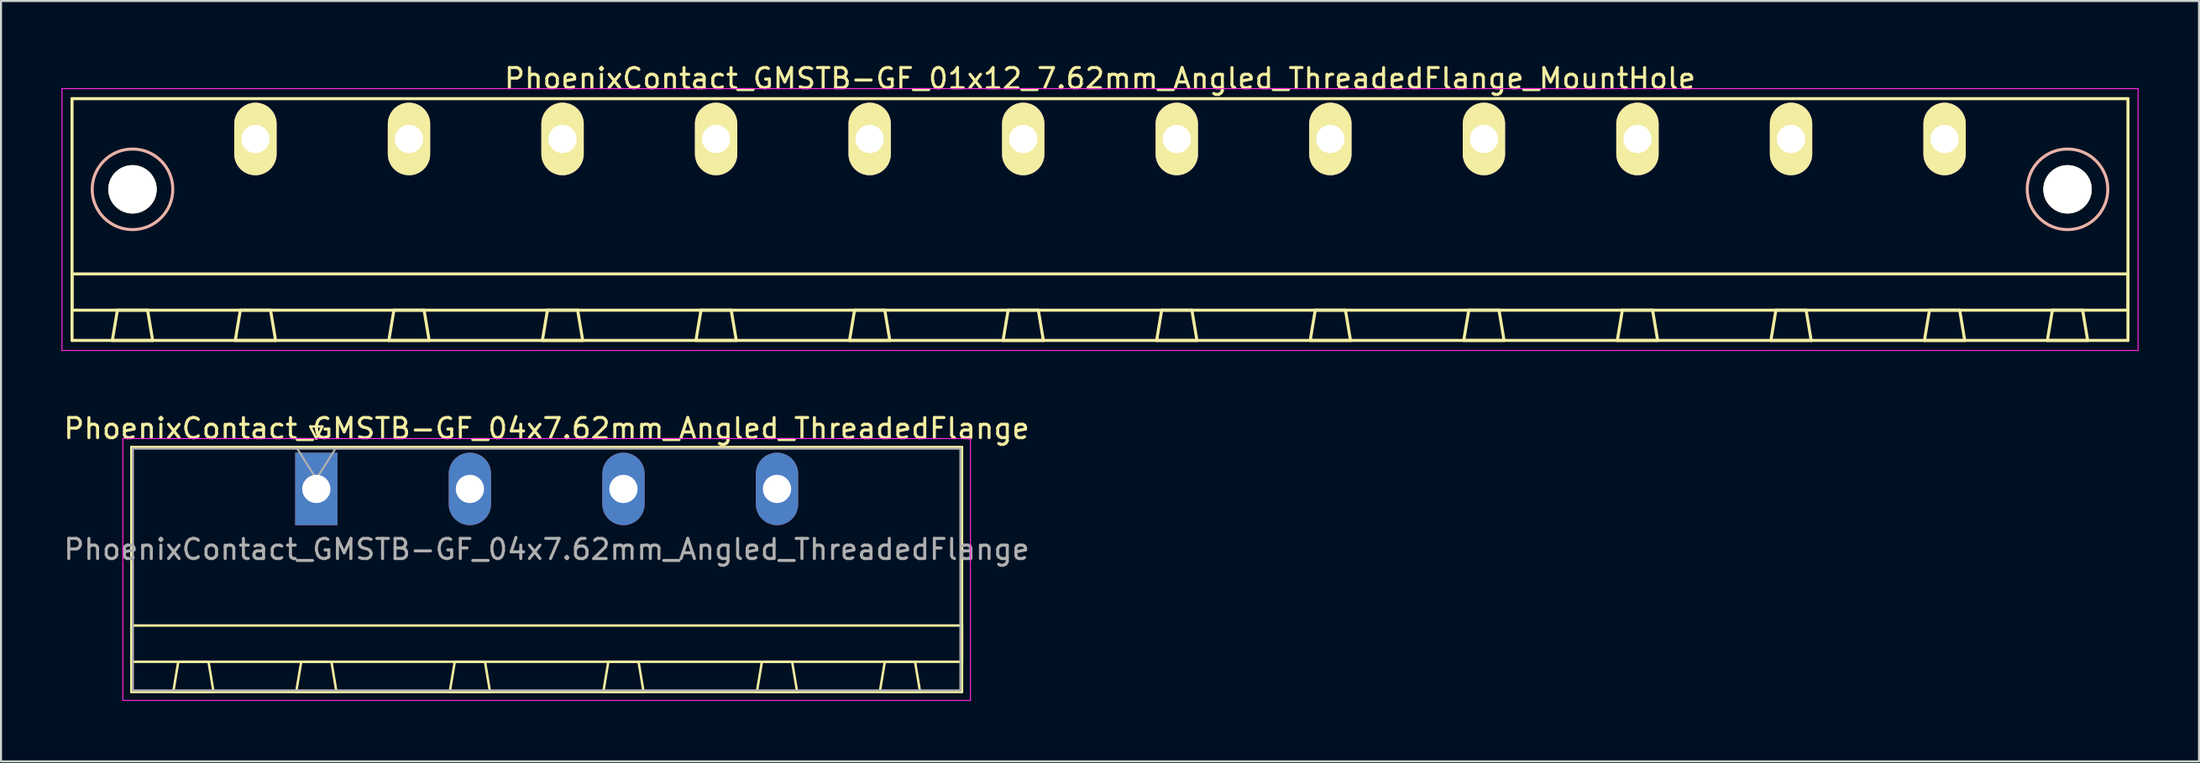
<source format=kicad_pcb>
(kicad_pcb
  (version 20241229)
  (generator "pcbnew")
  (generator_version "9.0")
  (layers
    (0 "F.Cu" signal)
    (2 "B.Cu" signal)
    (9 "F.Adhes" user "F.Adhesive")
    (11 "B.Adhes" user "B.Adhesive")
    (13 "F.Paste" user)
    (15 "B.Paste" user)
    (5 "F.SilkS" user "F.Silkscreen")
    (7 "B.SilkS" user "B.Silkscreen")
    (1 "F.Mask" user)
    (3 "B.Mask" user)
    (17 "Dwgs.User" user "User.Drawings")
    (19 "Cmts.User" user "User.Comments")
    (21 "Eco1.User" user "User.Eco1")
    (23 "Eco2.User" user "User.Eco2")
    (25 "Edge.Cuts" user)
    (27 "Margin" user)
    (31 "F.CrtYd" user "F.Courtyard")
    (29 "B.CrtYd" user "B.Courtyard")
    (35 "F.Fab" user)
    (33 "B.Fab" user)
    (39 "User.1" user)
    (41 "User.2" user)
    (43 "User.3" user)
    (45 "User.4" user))
  (footprint "PhoenixContact_GMSTB-GF_01x12_7.62mm_Angled_ThreadedFlange_MountHole"
    (layer "F.Cu")
    (at 9.625 3.848)
    (property "Reference" "PhoenixContact_GMSTB-GF_01x12_7.62mm_Angled_ThreadedFlange_MountHole" (at 41.91 -3 0) (layer "F.SilkS") (effects (font (size 1 1) (thickness 0.15))))
    (attr through_hole)
    (fp_line (start -9.1 -2) (end -9.1 10) (stroke (width 0.15) (type solid)) (layer "F.SilkS"))
    (fp_line (start -9.1 6.7) (end 92.92 6.7) (stroke (width 0.15) (type solid)) (layer "F.SilkS"))
    (fp_line (start -9.1 8.5) (end -9.1 6.7) (stroke (width 0.15) (type solid)) (layer "F.SilkS"))
    (fp_line (start -9.1 10) (end 92.92 10) (stroke (width 0.15) (type solid)) (layer "F.SilkS"))
    (fp_line (start -7.1 10) (end -5.1 10) (stroke (width 0.15) (type solid)) (layer "F.SilkS"))
    (fp_line (start -6.85 8.5) (end -7.1 10) (stroke (width 0.15) (type solid)) (layer "F.SilkS"))
    (fp_line (start -5.35 8.5) (end -6.85 8.5) (stroke (width 0.15) (type solid)) (layer "F.SilkS"))
    (fp_line (start -5.1 10) (end -5.35 8.5) (stroke (width 0.15) (type solid)) (layer "F.SilkS"))
    (fp_line (start -1 10) (end 1 10) (stroke (width 0.15) (type solid)) (layer "F.SilkS"))
    (fp_line (start -0.75 8.5) (end -1 10) (stroke (width 0.15) (type solid)) (layer "F.SilkS"))
    (fp_line (start 0.75 8.5) (end -0.75 8.5) (stroke (width 0.15) (type solid)) (layer "F.SilkS"))
    (fp_line (start 1 10) (end 0.75 8.5) (stroke (width 0.15) (type solid)) (layer "F.SilkS"))
    (fp_line (start 6.62 10) (end 8.62 10) (stroke (width 0.15) (type solid)) (layer "F.SilkS"))
    (fp_line (start 6.87 8.5) (end 6.62 10) (stroke (width 0.15) (type solid)) (layer "F.SilkS"))
    (fp_line (start 8.37 8.5) (end 6.87 8.5) (stroke (width 0.15) (type solid)) (layer "F.SilkS"))
    (fp_line (start 8.62 10) (end 8.37 8.5) (stroke (width 0.15) (type solid)) (layer "F.SilkS"))
    (fp_line (start 14.24 10) (end 16.24 10) (stroke (width 0.15) (type solid)) (layer "F.SilkS"))
    (fp_line (start 14.49 8.5) (end 14.24 10) (stroke (width 0.15) (type solid)) (layer "F.SilkS"))
    (fp_line (start 15.99 8.5) (end 14.49 8.5) (stroke (width 0.15) (type solid)) (layer "F.SilkS"))
    (fp_line (start 16.24 10) (end 15.99 8.5) (stroke (width 0.15) (type solid)) (layer "F.SilkS"))
    (fp_line (start 21.86 10) (end 23.86 10) (stroke (width 0.15) (type solid)) (layer "F.SilkS"))
    (fp_line (start 22.11 8.5) (end 21.86 10) (stroke (width 0.15) (type solid)) (layer "F.SilkS"))
    (fp_line (start 23.61 8.5) (end 22.11 8.5) (stroke (width 0.15) (type solid)) (layer "F.SilkS"))
    (fp_line (start 23.86 10) (end 23.61 8.5) (stroke (width 0.15) (type solid)) (layer "F.SilkS"))
    (fp_line (start 29.48 10) (end 31.48 10) (stroke (width 0.15) (type solid)) (layer "F.SilkS"))
    (fp_line (start 29.73 8.5) (end 29.48 10) (stroke (width 0.15) (type solid)) (layer "F.SilkS"))
    (fp_line (start 31.23 8.5) (end 29.73 8.5) (stroke (width 0.15) (type solid)) (layer "F.SilkS"))
    (fp_line (start 31.48 10) (end 31.23 8.5) (stroke (width 0.15) (type solid)) (layer "F.SilkS"))
    (fp_line (start 37.1 10) (end 39.1 10) (stroke (width 0.15) (type solid)) (layer "F.SilkS"))
    (fp_line (start 37.35 8.5) (end 37.1 10) (stroke (width 0.15) (type solid)) (layer "F.SilkS"))
    (fp_line (start 38.85 8.5) (end 37.35 8.5) (stroke (width 0.15) (type solid)) (layer "F.SilkS"))
    (fp_line (start 39.1 10) (end 38.85 8.5) (stroke (width 0.15) (type solid)) (layer "F.SilkS"))
    (fp_line (start 44.72 10) (end 46.72 10) (stroke (width 0.15) (type solid)) (layer "F.SilkS"))
    (fp_line (start 44.97 8.5) (end 44.72 10) (stroke (width 0.15) (type solid)) (layer "F.SilkS"))
    (fp_line (start 46.47 8.5) (end 44.97 8.5) (stroke (width 0.15) (type solid)) (layer "F.SilkS"))
    (fp_line (start 46.72 10) (end 46.47 8.5) (stroke (width 0.15) (type solid)) (layer "F.SilkS"))
    (fp_line (start 52.34 10) (end 54.34 10) (stroke (width 0.15) (type solid)) (layer "F.SilkS"))
    (fp_line (start 52.59 8.5) (end 52.34 10) (stroke (width 0.15) (type solid)) (layer "F.SilkS"))
    (fp_line (start 54.09 8.5) (end 52.59 8.5) (stroke (width 0.15) (type solid)) (layer "F.SilkS"))
    (fp_line (start 54.34 10) (end 54.09 8.5) (stroke (width 0.15) (type solid)) (layer "F.SilkS"))
    (fp_line (start 59.96 10) (end 61.96 10) (stroke (width 0.15) (type solid)) (layer "F.SilkS"))
    (fp_line (start 60.21 8.5) (end 59.96 10) (stroke (width 0.15) (type solid)) (layer "F.SilkS"))
    (fp_line (start 61.71 8.5) (end 60.21 8.5) (stroke (width 0.15) (type solid)) (layer "F.SilkS"))
    (fp_line (start 61.96 10) (end 61.71 8.5) (stroke (width 0.15) (type solid)) (layer "F.SilkS"))
    (fp_line (start 67.58 10) (end 69.58 10) (stroke (width 0.15) (type solid)) (layer "F.SilkS"))
    (fp_line (start 67.83 8.5) (end 67.58 10) (stroke (width 0.15) (type solid)) (layer "F.SilkS"))
    (fp_line (start 69.33 8.5) (end 67.83 8.5) (stroke (width 0.15) (type solid)) (layer "F.SilkS"))
    (fp_line (start 69.58 10) (end 69.33 8.5) (stroke (width 0.15) (type solid)) (layer "F.SilkS"))
    (fp_line (start 75.2 10) (end 77.2 10) (stroke (width 0.15) (type solid)) (layer "F.SilkS"))
    (fp_line (start 75.45 8.5) (end 75.2 10) (stroke (width 0.15) (type solid)) (layer "F.SilkS"))
    (fp_line (start 76.95 8.5) (end 75.45 8.5) (stroke (width 0.15) (type solid)) (layer "F.SilkS"))
    (fp_line (start 77.2 10) (end 76.95 8.5) (stroke (width 0.15) (type solid)) (layer "F.SilkS"))
    (fp_line (start 82.82 10) (end 84.82 10) (stroke (width 0.15) (type solid)) (layer "F.SilkS"))
    (fp_line (start 83.07 8.5) (end 82.82 10) (stroke (width 0.15) (type solid)) (layer "F.SilkS"))
    (fp_line (start 84.57 8.5) (end 83.07 8.5) (stroke (width 0.15) (type solid)) (layer "F.SilkS"))
    (fp_line (start 84.82 10) (end 84.57 8.5) (stroke (width 0.15) (type solid)) (layer "F.SilkS"))
    (fp_line (start 88.92 10) (end 90.92 10) (stroke (width 0.15) (type solid)) (layer "F.SilkS"))
    (fp_line (start 89.17 8.5) (end 88.92 10) (stroke (width 0.15) (type solid)) (layer "F.SilkS"))
    (fp_line (start 90.67 8.5) (end 89.17 8.5) (stroke (width 0.15) (type solid)) (layer "F.SilkS"))
    (fp_line (start 90.92 10) (end 90.67 8.5) (stroke (width 0.15) (type solid)) (layer "F.SilkS"))
    (fp_line (start 92.92 -2) (end -9.1 -2) (stroke (width 0.15) (type solid)) (layer "F.SilkS"))
    (fp_line (start 92.92 6.7) (end 92.92 8.5) (stroke (width 0.15) (type solid)) (layer "F.SilkS"))
    (fp_line (start 92.92 8.5) (end -9.1 8.5) (stroke (width 0.15) (type solid)) (layer "F.SilkS"))
    (fp_line (start 92.92 10) (end 92.92 -2) (stroke (width 0.15) (type solid)) (layer "F.SilkS"))
    (fp_circle (center -6.1 2.5) (end -4.1 2.5) (stroke (width 0.15) (type solid)) (fill no) (layer "B.SilkS"))
    (fp_circle (center 89.92 2.5) (end 91.92 2.5) (stroke (width 0.15) (type solid)) (fill no) (layer "B.SilkS"))
    (fp_line (start -9.6 -2.5) (end -9.6 10.5) (stroke (width 0.05) (type solid)) (layer "F.CrtYd"))
    (fp_line (start -9.6 10.5) (end 93.42 10.5) (stroke (width 0.05) (type solid)) (layer "F.CrtYd"))
    (fp_line (start 93.42 -2.5) (end -9.6 -2.5) (stroke (width 0.05) (type solid)) (layer "F.CrtYd"))
    (fp_line (start 93.42 10.5) (end 93.42 -2.5) (stroke (width 0.05) (type solid)) (layer "F.CrtYd"))
    (pad "" np_thru_hole circle (at -6.1 2.5) (size 2.4 2.4) (drill 2.4) (layers "*.Cu" "*.Mask" "F.SilkS"))
    (pad "" np_thru_hole circle (at 89.92 2.5) (size 2.4 2.4) (drill 2.4) (layers "*.Cu" "*.Mask" "F.SilkS"))
    (pad "1" thru_hole oval (at 0 0) (size 2.1 3.6) (drill 1.4) (layers "*.Cu" "*.Mask" "F.SilkS"))
    (pad "2" thru_hole oval (at 7.62 0) (size 2.1 3.6) (drill 1.4) (layers "*.Cu" "*.Mask" "F.SilkS"))
    (pad "3" thru_hole oval (at 15.24 0) (size 2.1 3.6) (drill 1.4) (layers "*.Cu" "*.Mask" "F.SilkS"))
    (pad "4" thru_hole oval (at 22.86 0) (size 2.1 3.6) (drill 1.4) (layers "*.Cu" "*.Mask" "F.SilkS"))
    (pad "5" thru_hole oval (at 30.48 0) (size 2.1 3.6) (drill 1.4) (layers "*.Cu" "*.Mask" "F.SilkS"))
    (pad "6" thru_hole oval (at 38.1 0) (size 2.1 3.6) (drill 1.4) (layers "*.Cu" "*.Mask" "F.SilkS"))
    (pad "7" thru_hole oval (at 45.72 0) (size 2.1 3.6) (drill 1.4) (layers "*.Cu" "*.Mask" "F.SilkS"))
    (pad "8" thru_hole oval (at 53.34 0) (size 2.1 3.6) (drill 1.4) (layers "*.Cu" "*.Mask" "F.SilkS"))
    (pad "9" thru_hole oval (at 60.96 0) (size 2.1 3.6) (drill 1.4) (layers "*.Cu" "*.Mask" "F.SilkS"))
    (pad "10" thru_hole oval (at 68.58 0) (size 2.1 3.6) (drill 1.4) (layers "*.Cu" "*.Mask" "F.SilkS"))
    (pad "11" thru_hole oval (at 76.2 0) (size 2.1 3.6) (drill 1.4) (layers "*.Cu" "*.Mask" "F.SilkS"))
    (pad "12" thru_hole oval (at 83.82 0) (size 2.1 3.6) (drill 1.4) (layers "*.Cu" "*.Mask" "F.SilkS")))
  (footprint "PhoenixContact_GMSTB-GF_04x7.62mm_Angled_ThreadedFlange"
    (layer "F.Cu")
    (at 12.647 21.221)
    (property "Reference" "PhoenixContact_GMSTB-GF_04x7.62mm_Angled_ThreadedFlange" (at 11.43 -3 0) (layer "F.SilkS") (effects (font (size 1 1) (thickness 0.15))))
    (attr through_hole)
    (fp_line (start -9.18 -2.08) (end -9.18 10.08) (stroke (width 0.12) (type solid)) (layer "F.SilkS"))
    (fp_line (start -9.18 6.78) (end 32.04 6.78) (stroke (width 0.12) (type solid)) (layer "F.SilkS"))
    (fp_line (start -9.18 8.58) (end -9.18 6.78) (stroke (width 0.12) (type solid)) (layer "F.SilkS"))
    (fp_line (start -9.18 10.08) (end 32.04 10.08) (stroke (width 0.12) (type solid)) (layer "F.SilkS"))
    (fp_line (start -7.1 10.08) (end -5.1 10.08) (stroke (width 0.12) (type solid)) (layer "F.SilkS"))
    (fp_line (start -6.85 8.58) (end -7.1 10.08) (stroke (width 0.12) (type solid)) (layer "F.SilkS"))
    (fp_line (start -5.35 8.58) (end -6.85 8.58) (stroke (width 0.12) (type solid)) (layer "F.SilkS"))
    (fp_line (start -5.1 10.08) (end -5.35 8.58) (stroke (width 0.12) (type solid)) (layer "F.SilkS"))
    (fp_line (start -1 10.08) (end 1 10.08) (stroke (width 0.12) (type solid)) (layer "F.SilkS"))
    (fp_line (start -0.75 8.58) (end -1 10.08) (stroke (width 0.12) (type solid)) (layer "F.SilkS"))
    (fp_line (start -0.3 -3.1) (end 0.3 -3.1) (stroke (width 0.12) (type solid)) (layer "F.SilkS"))
    (fp_line (start 0 -2.5) (end -0.3 -3.1) (stroke (width 0.12) (type solid)) (layer "F.SilkS"))
    (fp_line (start 0.3 -3.1) (end 0 -2.5) (stroke (width 0.12) (type solid)) (layer "F.SilkS"))
    (fp_line (start 0.75 8.58) (end -0.75 8.58) (stroke (width 0.12) (type solid)) (layer "F.SilkS"))
    (fp_line (start 1 10.08) (end 0.75 8.58) (stroke (width 0.12) (type solid)) (layer "F.SilkS"))
    (fp_line (start 6.62 10.08) (end 8.62 10.08) (stroke (width 0.12) (type solid)) (layer "F.SilkS"))
    (fp_line (start 6.87 8.58) (end 6.62 10.08) (stroke (width 0.12) (type solid)) (layer "F.SilkS"))
    (fp_line (start 8.37 8.58) (end 6.87 8.58) (stroke (width 0.12) (type solid)) (layer "F.SilkS"))
    (fp_line (start 8.62 10.08) (end 8.37 8.58) (stroke (width 0.12) (type solid)) (layer "F.SilkS"))
    (fp_line (start 14.24 10.08) (end 16.24 10.08) (stroke (width 0.12) (type solid)) (layer "F.SilkS"))
    (fp_line (start 14.49 8.58) (end 14.24 10.08) (stroke (width 0.12) (type solid)) (layer "F.SilkS"))
    (fp_line (start 15.99 8.58) (end 14.49 8.58) (stroke (width 0.12) (type solid)) (layer "F.SilkS"))
    (fp_line (start 16.24 10.08) (end 15.99 8.58) (stroke (width 0.12) (type solid)) (layer "F.SilkS"))
    (fp_line (start 21.86 10.08) (end 23.86 10.08) (stroke (width 0.12) (type solid)) (layer "F.SilkS"))
    (fp_line (start 22.11 8.58) (end 21.86 10.08) (stroke (width 0.12) (type solid)) (layer "F.SilkS"))
    (fp_line (start 23.61 8.58) (end 22.11 8.58) (stroke (width 0.12) (type solid)) (layer "F.SilkS"))
    (fp_line (start 23.86 10.08) (end 23.61 8.58) (stroke (width 0.12) (type solid)) (layer "F.SilkS"))
    (fp_line (start 27.96 10.08) (end 29.96 10.08) (stroke (width 0.12) (type solid)) (layer "F.SilkS"))
    (fp_line (start 28.21 8.58) (end 27.96 10.08) (stroke (width 0.12) (type solid)) (layer "F.SilkS"))
    (fp_line (start 29.71 8.58) (end 28.21 8.58) (stroke (width 0.12) (type solid)) (layer "F.SilkS"))
    (fp_line (start 29.96 10.08) (end 29.71 8.58) (stroke (width 0.12) (type solid)) (layer "F.SilkS"))
    (fp_line (start 32.04 -2.08) (end -9.18 -2.08) (stroke (width 0.12) (type solid)) (layer "F.SilkS"))
    (fp_line (start 32.04 6.78) (end 32.04 8.58) (stroke (width 0.12) (type solid)) (layer "F.SilkS"))
    (fp_line (start 32.04 8.58) (end -9.18 8.58) (stroke (width 0.12) (type solid)) (layer "F.SilkS"))
    (fp_line (start 32.04 10.08) (end 32.04 -2.08) (stroke (width 0.12) (type solid)) (layer "F.SilkS"))
    (fp_line (start -9.6 -2.5) (end -9.6 10.5) (stroke (width 0.05) (type solid)) (layer "F.CrtYd"))
    (fp_line (start -9.6 10.5) (end 32.46 10.5) (stroke (width 0.05) (type solid)) (layer "F.CrtYd"))
    (fp_line (start 32.46 -2.5) (end -9.6 -2.5) (stroke (width 0.05) (type solid)) (layer "F.CrtYd"))
    (fp_line (start 32.46 10.5) (end 32.46 -2.5) (stroke (width 0.05) (type solid)) (layer "F.CrtYd"))
    (fp_line (start -9.1 -2) (end -9.1 10) (stroke (width 0.1) (type solid)) (layer "F.Fab"))
    (fp_line (start -9.1 10) (end 31.96 10) (stroke (width 0.1) (type solid)) (layer "F.Fab"))
    (fp_line (start 0 -0.5) (end -0.95 -2) (stroke (width 0.1) (type solid)) (layer "F.Fab"))
    (fp_line (start 0.95 -2) (end 0 -0.5) (stroke (width 0.1) (type solid)) (layer "F.Fab"))
    (fp_line (start 31.96 -2) (end -9.1 -2) (stroke (width 0.1) (type solid)) (layer "F.Fab"))
    (fp_line (start 31.96 10) (end 31.96 -2) (stroke (width 0.1) (type solid)) (layer "F.Fab"))
    (fp_text user "${REFERENCE}" (at 11.43 3 0) (layer "F.Fab") (effects (font (size 1 1) (thickness 0.15))))
    (pad "1" thru_hole rect (at 0 0) (size 2.1 3.6) (drill 1.4) (layers "*.Cu" "*.Mask"))
    (pad "2" thru_hole oval (at 7.62 0) (size 2.1 3.6) (drill 1.4) (layers "*.Cu" "*.Mask"))
    (pad "3" thru_hole oval (at 15.24 0) (size 2.1 3.6) (drill 1.4) (layers "*.Cu" "*.Mask"))
    (pad "4" thru_hole oval (at 22.86 0) (size 2.1 3.6) (drill 1.4) (layers "*.Cu" "*.Mask")))
  (gr_rect
    (start -3 -3)
    (end 106.07 34.746)
    (stroke (width 0.1) (type default))
    (fill no)
    (layer "Edge.Cuts")))
</source>
